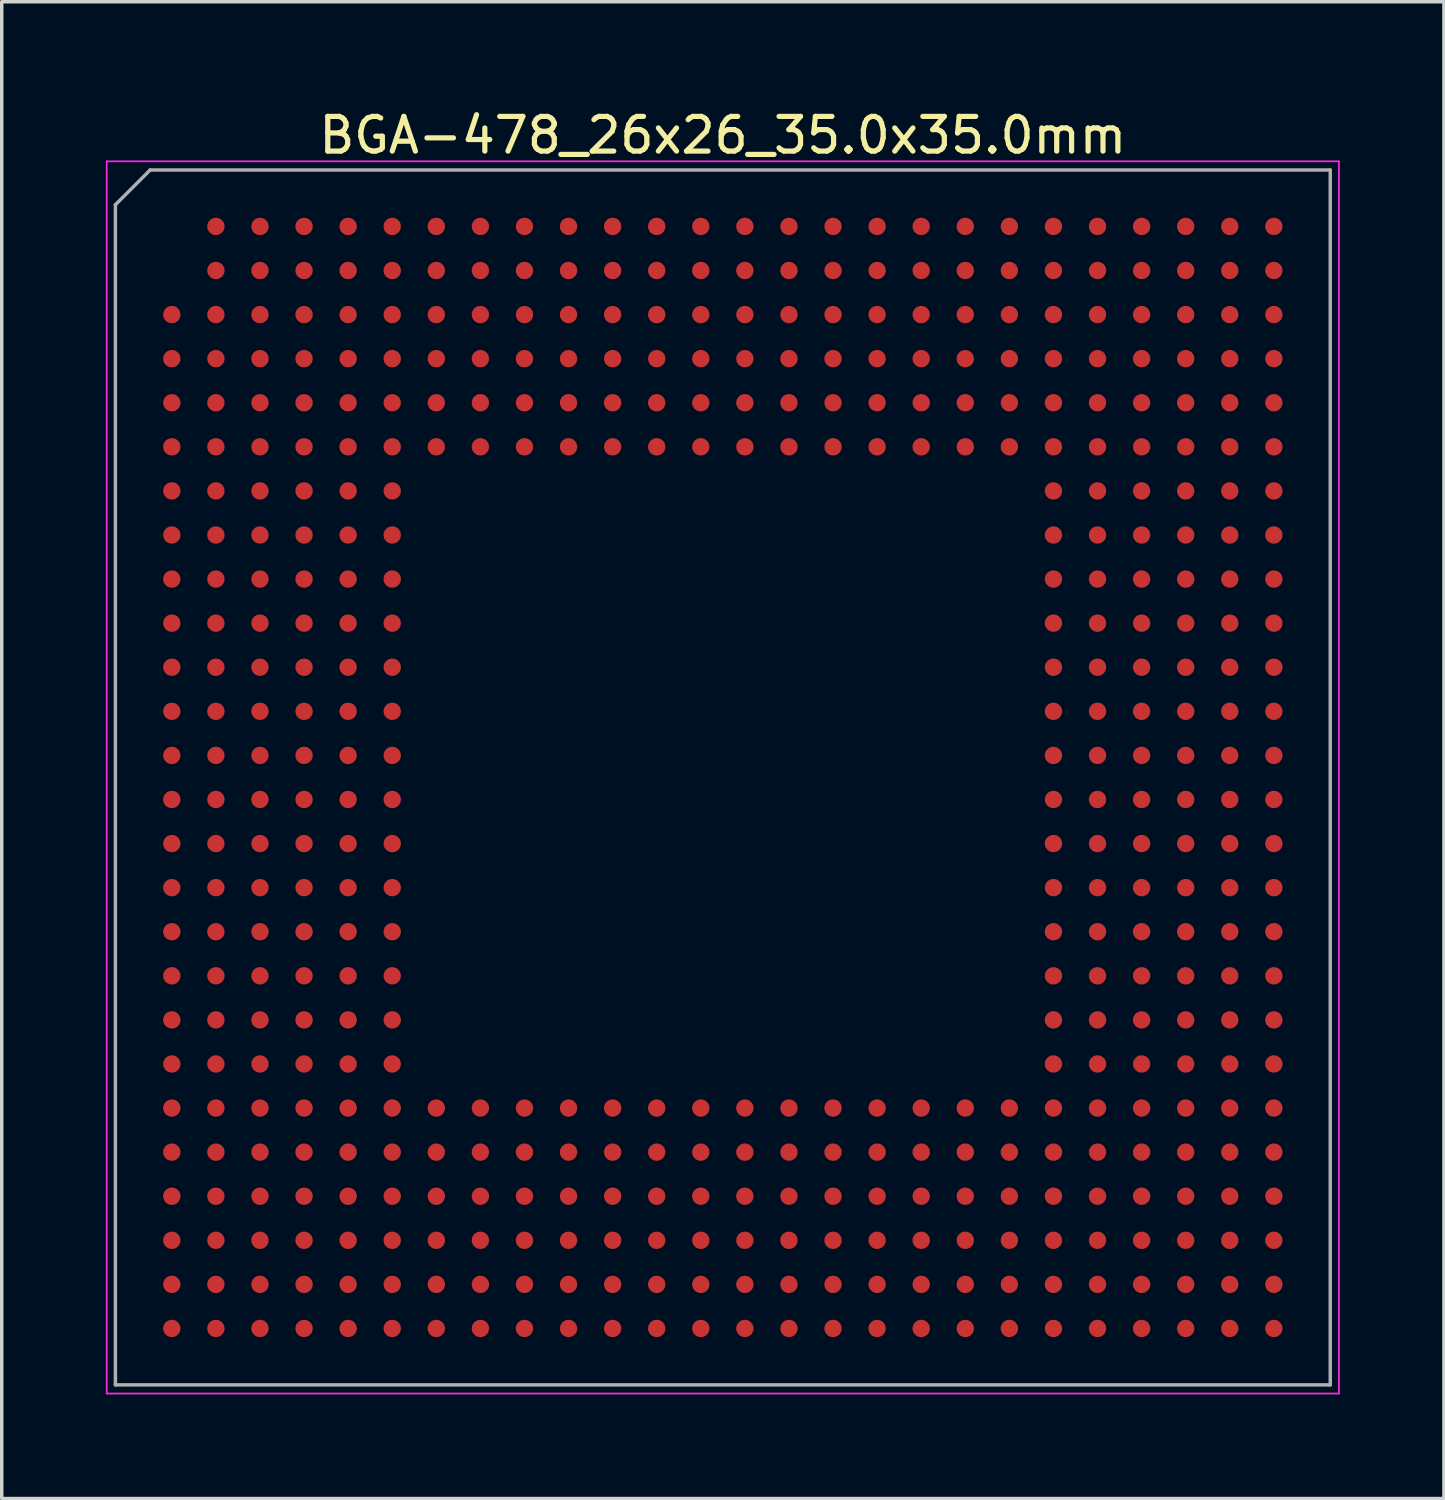
<source format=kicad_pcb>
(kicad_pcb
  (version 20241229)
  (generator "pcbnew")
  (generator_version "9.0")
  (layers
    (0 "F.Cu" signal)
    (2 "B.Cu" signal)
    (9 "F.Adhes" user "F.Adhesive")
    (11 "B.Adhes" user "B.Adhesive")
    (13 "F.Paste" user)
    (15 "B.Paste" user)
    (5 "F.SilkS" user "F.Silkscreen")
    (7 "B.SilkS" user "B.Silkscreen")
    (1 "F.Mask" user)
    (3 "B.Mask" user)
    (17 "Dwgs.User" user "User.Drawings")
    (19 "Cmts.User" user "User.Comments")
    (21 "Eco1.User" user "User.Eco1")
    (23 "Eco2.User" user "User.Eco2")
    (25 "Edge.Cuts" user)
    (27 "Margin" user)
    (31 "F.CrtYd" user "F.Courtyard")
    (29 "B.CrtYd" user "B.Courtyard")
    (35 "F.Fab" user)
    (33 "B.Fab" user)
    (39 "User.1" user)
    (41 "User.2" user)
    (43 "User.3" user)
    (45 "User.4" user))
  (footprint "BGA-478_26x26_35.0x35.0mm"
    (layer "F.Cu")
    (at 17.775 19.348)
    (property "Reference" "BGA-478_26x26_35.0x35.0mm" (at 0 -18.5 0) (layer "F.SilkS") (effects (font (size 1 1) (thickness 0.15))))
    (attr smd)
    (fp_line (start -17.75 -17.75) (end 17.75 -17.75) (stroke (width 0.05) (type solid)) (layer "F.CrtYd"))
    (fp_line (start -17.75 17.75) (end -17.75 -17.75) (stroke (width 0.05) (type solid)) (layer "F.CrtYd"))
    (fp_line (start 17.75 -17.75) (end 17.75 17.75) (stroke (width 0.05) (type solid)) (layer "F.CrtYd"))
    (fp_line (start 17.75 17.75) (end -17.75 17.75) (stroke (width 0.05) (type solid)) (layer "F.CrtYd"))
    (fp_line (start -17.5 -16.5) (end -17.5 17.5) (stroke (width 0.1) (type solid)) (layer "F.Fab"))
    (fp_line (start -17.5 17.5) (end 17.5 17.5) (stroke (width 0.1) (type solid)) (layer "F.Fab"))
    (fp_line (start -16.5 -17.5) (end -17.5 -16.5) (stroke (width 0.1) (type solid)) (layer "F.Fab"))
    (fp_line (start 17.5 -17.5) (end -16.5 -17.5) (stroke (width 0.1) (type solid)) (layer "F.Fab"))
    (fp_line (start 17.5 17.5) (end 17.5 -17.5) (stroke (width 0.1) (type solid)) (layer "F.Fab"))
    (pad "A2" smd circle (at -14.605 -15.875) (size 0.5 0.5) (layers "F.Cu" "F.Mask" "F.Paste"))
    (pad "A3" smd circle (at -13.335 -15.875) (size 0.5 0.5) (layers "F.Cu" "F.Mask" "F.Paste"))
    (pad "A4" smd circle (at -12.065 -15.875) (size 0.5 0.5) (layers "F.Cu" "F.Mask" "F.Paste"))
    (pad "A5" smd circle (at -10.795 -15.875) (size 0.5 0.5) (layers "F.Cu" "F.Mask" "F.Paste"))
    (pad "A6" smd circle (at -9.525 -15.875) (size 0.5 0.5) (layers "F.Cu" "F.Mask" "F.Paste"))
    (pad "A7" smd circle (at -8.255 -15.875) (size 0.5 0.5) (layers "F.Cu" "F.Mask" "F.Paste"))
    (pad "A8" smd circle (at -6.985 -15.875) (size 0.5 0.5) (layers "F.Cu" "F.Mask" "F.Paste"))
    (pad "A9" smd circle (at -5.715 -15.875) (size 0.5 0.5) (layers "F.Cu" "F.Mask" "F.Paste"))
    (pad "A10" smd circle (at -4.445 -15.875) (size 0.5 0.5) (layers "F.Cu" "F.Mask" "F.Paste"))
    (pad "A11" smd circle (at -3.175 -15.875) (size 0.5 0.5) (layers "F.Cu" "F.Mask" "F.Paste"))
    (pad "A12" smd circle (at -1.905 -15.875) (size 0.5 0.5) (layers "F.Cu" "F.Mask" "F.Paste"))
    (pad "A13" smd circle (at -0.635 -15.875) (size 0.5 0.5) (layers "F.Cu" "F.Mask" "F.Paste"))
    (pad "A14" smd circle (at 0.635 -15.875) (size 0.5 0.5) (layers "F.Cu" "F.Mask" "F.Paste"))
    (pad "A15" smd circle (at 1.905 -15.875) (size 0.5 0.5) (layers "F.Cu" "F.Mask" "F.Paste"))
    (pad "A16" smd circle (at 3.175 -15.875) (size 0.5 0.5) (layers "F.Cu" "F.Mask" "F.Paste"))
    (pad "A17" smd circle (at 4.445 -15.875) (size 0.5 0.5) (layers "F.Cu" "F.Mask" "F.Paste"))
    (pad "A18" smd circle (at 5.715 -15.875) (size 0.5 0.5) (layers "F.Cu" "F.Mask" "F.Paste"))
    (pad "A19" smd circle (at 6.985 -15.875) (size 0.5 0.5) (layers "F.Cu" "F.Mask" "F.Paste"))
    (pad "A20" smd circle (at 8.255 -15.875) (size 0.5 0.5) (layers "F.Cu" "F.Mask" "F.Paste"))
    (pad "A21" smd circle (at 9.525 -15.875) (size 0.5 0.5) (layers "F.Cu" "F.Mask" "F.Paste"))
    (pad "A22" smd circle (at 10.795 -15.875) (size 0.5 0.5) (layers "F.Cu" "F.Mask" "F.Paste"))
    (pad "A23" smd circle (at 12.065 -15.875) (size 0.5 0.5) (layers "F.Cu" "F.Mask" "F.Paste"))
    (pad "A24" smd circle (at 13.335 -15.875) (size 0.5 0.5) (layers "F.Cu" "F.Mask" "F.Paste"))
    (pad "A25" smd circle (at 14.605 -15.875) (size 0.5 0.5) (layers "F.Cu" "F.Mask" "F.Paste"))
    (pad "A26" smd circle (at 15.875 -15.875) (size 0.5 0.5) (layers "F.Cu" "F.Mask" "F.Paste"))
    (pad "AA1" smd circle (at -15.875 9.525) (size 0.5 0.5) (layers "F.Cu" "F.Mask" "F.Paste"))
    (pad "AA2" smd circle (at -14.605 9.525) (size 0.5 0.5) (layers "F.Cu" "F.Mask" "F.Paste"))
    (pad "AA3" smd circle (at -13.335 9.525) (size 0.5 0.5) (layers "F.Cu" "F.Mask" "F.Paste"))
    (pad "AA4" smd circle (at -12.065 9.525) (size 0.5 0.5) (layers "F.Cu" "F.Mask" "F.Paste"))
    (pad "AA5" smd circle (at -10.795 9.525) (size 0.5 0.5) (layers "F.Cu" "F.Mask" "F.Paste"))
    (pad "AA6" smd circle (at -9.525 9.525) (size 0.5 0.5) (layers "F.Cu" "F.Mask" "F.Paste"))
    (pad "AA7" smd circle (at -8.255 9.525) (size 0.5 0.5) (layers "F.Cu" "F.Mask" "F.Paste"))
    (pad "AA8" smd circle (at -6.985 9.525) (size 0.5 0.5) (layers "F.Cu" "F.Mask" "F.Paste"))
    (pad "AA9" smd circle (at -5.715 9.525) (size 0.5 0.5) (layers "F.Cu" "F.Mask" "F.Paste"))
    (pad "AA10" smd circle (at -4.445 9.525) (size 0.5 0.5) (layers "F.Cu" "F.Mask" "F.Paste"))
    (pad "AA11" smd circle (at -3.175 9.525) (size 0.5 0.5) (layers "F.Cu" "F.Mask" "F.Paste"))
    (pad "AA12" smd circle (at -1.905 9.525) (size 0.5 0.5) (layers "F.Cu" "F.Mask" "F.Paste"))
    (pad "AA13" smd circle (at -0.635 9.525) (size 0.5 0.5) (layers "F.Cu" "F.Mask" "F.Paste"))
    (pad "AA14" smd circle (at 0.635 9.525) (size 0.5 0.5) (layers "F.Cu" "F.Mask" "F.Paste"))
    (pad "AA15" smd circle (at 1.905 9.525) (size 0.5 0.5) (layers "F.Cu" "F.Mask" "F.Paste"))
    (pad "AA16" smd circle (at 3.175 9.525) (size 0.5 0.5) (layers "F.Cu" "F.Mask" "F.Paste"))
    (pad "AA17" smd circle (at 4.445 9.525) (size 0.5 0.5) (layers "F.Cu" "F.Mask" "F.Paste"))
    (pad "AA18" smd circle (at 5.715 9.525) (size 0.5 0.5) (layers "F.Cu" "F.Mask" "F.Paste"))
    (pad "AA19" smd circle (at 6.985 9.525) (size 0.5 0.5) (layers "F.Cu" "F.Mask" "F.Paste"))
    (pad "AA20" smd circle (at 8.255 9.525) (size 0.5 0.5) (layers "F.Cu" "F.Mask" "F.Paste"))
    (pad "AA21" smd circle (at 9.525 9.525) (size 0.5 0.5) (layers "F.Cu" "F.Mask" "F.Paste"))
    (pad "AA22" smd circle (at 10.795 9.525) (size 0.5 0.5) (layers "F.Cu" "F.Mask" "F.Paste"))
    (pad "AA23" smd circle (at 12.065 9.525) (size 0.5 0.5) (layers "F.Cu" "F.Mask" "F.Paste"))
    (pad "AA24" smd circle (at 13.335 9.525) (size 0.5 0.5) (layers "F.Cu" "F.Mask" "F.Paste"))
    (pad "AA25" smd circle (at 14.605 9.525) (size 0.5 0.5) (layers "F.Cu" "F.Mask" "F.Paste"))
    (pad "AA26" smd circle (at 15.875 9.525) (size 0.5 0.5) (layers "F.Cu" "F.Mask" "F.Paste"))
    (pad "AB1" smd circle (at -15.875 10.795) (size 0.5 0.5) (layers "F.Cu" "F.Mask" "F.Paste"))
    (pad "AB2" smd circle (at -14.605 10.795) (size 0.5 0.5) (layers "F.Cu" "F.Mask" "F.Paste"))
    (pad "AB3" smd circle (at -13.335 10.795) (size 0.5 0.5) (layers "F.Cu" "F.Mask" "F.Paste"))
    (pad "AB4" smd circle (at -12.065 10.795) (size 0.5 0.5) (layers "F.Cu" "F.Mask" "F.Paste"))
    (pad "AB5" smd circle (at -10.795 10.795) (size 0.5 0.5) (layers "F.Cu" "F.Mask" "F.Paste"))
    (pad "AB6" smd circle (at -9.525 10.795) (size 0.5 0.5) (layers "F.Cu" "F.Mask" "F.Paste"))
    (pad "AB7" smd circle (at -8.255 10.795) (size 0.5 0.5) (layers "F.Cu" "F.Mask" "F.Paste"))
    (pad "AB8" smd circle (at -6.985 10.795) (size 0.5 0.5) (layers "F.Cu" "F.Mask" "F.Paste"))
    (pad "AB9" smd circle (at -5.715 10.795) (size 0.5 0.5) (layers "F.Cu" "F.Mask" "F.Paste"))
    (pad "AB10" smd circle (at -4.445 10.795) (size 0.5 0.5) (layers "F.Cu" "F.Mask" "F.Paste"))
    (pad "AB11" smd circle (at -3.175 10.795) (size 0.5 0.5) (layers "F.Cu" "F.Mask" "F.Paste"))
    (pad "AB12" smd circle (at -1.905 10.795) (size 0.5 0.5) (layers "F.Cu" "F.Mask" "F.Paste"))
    (pad "AB13" smd circle (at -0.635 10.795) (size 0.5 0.5) (layers "F.Cu" "F.Mask" "F.Paste"))
    (pad "AB14" smd circle (at 0.635 10.795) (size 0.5 0.5) (layers "F.Cu" "F.Mask" "F.Paste"))
    (pad "AB15" smd circle (at 1.905 10.795) (size 0.5 0.5) (layers "F.Cu" "F.Mask" "F.Paste"))
    (pad "AB16" smd circle (at 3.175 10.795) (size 0.5 0.5) (layers "F.Cu" "F.Mask" "F.Paste"))
    (pad "AB17" smd circle (at 4.445 10.795) (size 0.5 0.5) (layers "F.Cu" "F.Mask" "F.Paste"))
    (pad "AB18" smd circle (at 5.715 10.795) (size 0.5 0.5) (layers "F.Cu" "F.Mask" "F.Paste"))
    (pad "AB19" smd circle (at 6.985 10.795) (size 0.5 0.5) (layers "F.Cu" "F.Mask" "F.Paste"))
    (pad "AB20" smd circle (at 8.255 10.795) (size 0.5 0.5) (layers "F.Cu" "F.Mask" "F.Paste"))
    (pad "AB21" smd circle (at 9.525 10.795) (size 0.5 0.5) (layers "F.Cu" "F.Mask" "F.Paste"))
    (pad "AB22" smd circle (at 10.795 10.795) (size 0.5 0.5) (layers "F.Cu" "F.Mask" "F.Paste"))
    (pad "AB23" smd circle (at 12.065 10.795) (size 0.5 0.5) (layers "F.Cu" "F.Mask" "F.Paste"))
    (pad "AB24" smd circle (at 13.335 10.795) (size 0.5 0.5) (layers "F.Cu" "F.Mask" "F.Paste"))
    (pad "AB25" smd circle (at 14.605 10.795) (size 0.5 0.5) (layers "F.Cu" "F.Mask" "F.Paste"))
    (pad "AB26" smd circle (at 15.875 10.795) (size 0.5 0.5) (layers "F.Cu" "F.Mask" "F.Paste"))
    (pad "AC1" smd circle (at -15.875 12.065) (size 0.5 0.5) (layers "F.Cu" "F.Mask" "F.Paste"))
    (pad "AC2" smd circle (at -14.605 12.065) (size 0.5 0.5) (layers "F.Cu" "F.Mask" "F.Paste"))
    (pad "AC3" smd circle (at -13.335 12.065) (size 0.5 0.5) (layers "F.Cu" "F.Mask" "F.Paste"))
    (pad "AC4" smd circle (at -12.065 12.065) (size 0.5 0.5) (layers "F.Cu" "F.Mask" "F.Paste"))
    (pad "AC5" smd circle (at -10.795 12.065) (size 0.5 0.5) (layers "F.Cu" "F.Mask" "F.Paste"))
    (pad "AC6" smd circle (at -9.525 12.065) (size 0.5 0.5) (layers "F.Cu" "F.Mask" "F.Paste"))
    (pad "AC7" smd circle (at -8.255 12.065) (size 0.5 0.5) (layers "F.Cu" "F.Mask" "F.Paste"))
    (pad "AC8" smd circle (at -6.985 12.065) (size 0.5 0.5) (layers "F.Cu" "F.Mask" "F.Paste"))
    (pad "AC9" smd circle (at -5.715 12.065) (size 0.5 0.5) (layers "F.Cu" "F.Mask" "F.Paste"))
    (pad "AC10" smd circle (at -4.445 12.065) (size 0.5 0.5) (layers "F.Cu" "F.Mask" "F.Paste"))
    (pad "AC11" smd circle (at -3.175 12.065) (size 0.5 0.5) (layers "F.Cu" "F.Mask" "F.Paste"))
    (pad "AC12" smd circle (at -1.905 12.065) (size 0.5 0.5) (layers "F.Cu" "F.Mask" "F.Paste"))
    (pad "AC13" smd circle (at -0.635 12.065) (size 0.5 0.5) (layers "F.Cu" "F.Mask" "F.Paste"))
    (pad "AC14" smd circle (at 0.635 12.065) (size 0.5 0.5) (layers "F.Cu" "F.Mask" "F.Paste"))
    (pad "AC15" smd circle (at 1.905 12.065) (size 0.5 0.5) (layers "F.Cu" "F.Mask" "F.Paste"))
    (pad "AC16" smd circle (at 3.175 12.065) (size 0.5 0.5) (layers "F.Cu" "F.Mask" "F.Paste"))
    (pad "AC17" smd circle (at 4.445 12.065) (size 0.5 0.5) (layers "F.Cu" "F.Mask" "F.Paste"))
    (pad "AC18" smd circle (at 5.715 12.065) (size 0.5 0.5) (layers "F.Cu" "F.Mask" "F.Paste"))
    (pad "AC19" smd circle (at 6.985 12.065) (size 0.5 0.5) (layers "F.Cu" "F.Mask" "F.Paste"))
    (pad "AC20" smd circle (at 8.255 12.065) (size 0.5 0.5) (layers "F.Cu" "F.Mask" "F.Paste"))
    (pad "AC21" smd circle (at 9.525 12.065) (size 0.5 0.5) (layers "F.Cu" "F.Mask" "F.Paste"))
    (pad "AC22" smd circle (at 10.795 12.065) (size 0.5 0.5) (layers "F.Cu" "F.Mask" "F.Paste"))
    (pad "AC23" smd circle (at 12.065 12.065) (size 0.5 0.5) (layers "F.Cu" "F.Mask" "F.Paste"))
    (pad "AC24" smd circle (at 13.335 12.065) (size 0.5 0.5) (layers "F.Cu" "F.Mask" "F.Paste"))
    (pad "AC25" smd circle (at 14.605 12.065) (size 0.5 0.5) (layers "F.Cu" "F.Mask" "F.Paste"))
    (pad "AC26" smd circle (at 15.875 12.065) (size 0.5 0.5) (layers "F.Cu" "F.Mask" "F.Paste"))
    (pad "AD1" smd circle (at -15.875 13.335) (size 0.5 0.5) (layers "F.Cu" "F.Mask" "F.Paste"))
    (pad "AD2" smd circle (at -14.605 13.335) (size 0.5 0.5) (layers "F.Cu" "F.Mask" "F.Paste"))
    (pad "AD3" smd circle (at -13.335 13.335) (size 0.5 0.5) (layers "F.Cu" "F.Mask" "F.Paste"))
    (pad "AD4" smd circle (at -12.065 13.335) (size 0.5 0.5) (layers "F.Cu" "F.Mask" "F.Paste"))
    (pad "AD5" smd circle (at -10.795 13.335) (size 0.5 0.5) (layers "F.Cu" "F.Mask" "F.Paste"))
    (pad "AD6" smd circle (at -9.525 13.335) (size 0.5 0.5) (layers "F.Cu" "F.Mask" "F.Paste"))
    (pad "AD7" smd circle (at -8.255 13.335) (size 0.5 0.5) (layers "F.Cu" "F.Mask" "F.Paste"))
    (pad "AD8" smd circle (at -6.985 13.335) (size 0.5 0.5) (layers "F.Cu" "F.Mask" "F.Paste"))
    (pad "AD9" smd circle (at -5.715 13.335) (size 0.5 0.5) (layers "F.Cu" "F.Mask" "F.Paste"))
    (pad "AD10" smd circle (at -4.445 13.335) (size 0.5 0.5) (layers "F.Cu" "F.Mask" "F.Paste"))
    (pad "AD11" smd circle (at -3.175 13.335) (size 0.5 0.5) (layers "F.Cu" "F.Mask" "F.Paste"))
    (pad "AD12" smd circle (at -1.905 13.335) (size 0.5 0.5) (layers "F.Cu" "F.Mask" "F.Paste"))
    (pad "AD13" smd circle (at -0.635 13.335) (size 0.5 0.5) (layers "F.Cu" "F.Mask" "F.Paste"))
    (pad "AD14" smd circle (at 0.635 13.335) (size 0.5 0.5) (layers "F.Cu" "F.Mask" "F.Paste"))
    (pad "AD15" smd circle (at 1.905 13.335) (size 0.5 0.5) (layers "F.Cu" "F.Mask" "F.Paste"))
    (pad "AD16" smd circle (at 3.175 13.335) (size 0.5 0.5) (layers "F.Cu" "F.Mask" "F.Paste"))
    (pad "AD17" smd circle (at 4.445 13.335) (size 0.5 0.5) (layers "F.Cu" "F.Mask" "F.Paste"))
    (pad "AD18" smd circle (at 5.715 13.335) (size 0.5 0.5) (layers "F.Cu" "F.Mask" "F.Paste"))
    (pad "AD19" smd circle (at 6.985 13.335) (size 0.5 0.5) (layers "F.Cu" "F.Mask" "F.Paste"))
    (pad "AD20" smd circle (at 8.255 13.335) (size 0.5 0.5) (layers "F.Cu" "F.Mask" "F.Paste"))
    (pad "AD21" smd circle (at 9.525 13.335) (size 0.5 0.5) (layers "F.Cu" "F.Mask" "F.Paste"))
    (pad "AD22" smd circle (at 10.795 13.335) (size 0.5 0.5) (layers "F.Cu" "F.Mask" "F.Paste"))
    (pad "AD23" smd circle (at 12.065 13.335) (size 0.5 0.5) (layers "F.Cu" "F.Mask" "F.Paste"))
    (pad "AD24" smd circle (at 13.335 13.335) (size 0.5 0.5) (layers "F.Cu" "F.Mask" "F.Paste"))
    (pad "AD25" smd circle (at 14.605 13.335) (size 0.5 0.5) (layers "F.Cu" "F.Mask" "F.Paste"))
    (pad "AD26" smd circle (at 15.875 13.335) (size 0.5 0.5) (layers "F.Cu" "F.Mask" "F.Paste"))
    (pad "AE1" smd circle (at -15.875 14.605) (size 0.5 0.5) (layers "F.Cu" "F.Mask" "F.Paste"))
    (pad "AE2" smd circle (at -14.605 14.605) (size 0.5 0.5) (layers "F.Cu" "F.Mask" "F.Paste"))
    (pad "AE3" smd circle (at -13.335 14.605) (size 0.5 0.5) (layers "F.Cu" "F.Mask" "F.Paste"))
    (pad "AE4" smd circle (at -12.065 14.605) (size 0.5 0.5) (layers "F.Cu" "F.Mask" "F.Paste"))
    (pad "AE5" smd circle (at -10.795 14.605) (size 0.5 0.5) (layers "F.Cu" "F.Mask" "F.Paste"))
    (pad "AE6" smd circle (at -9.525 14.605) (size 0.5 0.5) (layers "F.Cu" "F.Mask" "F.Paste"))
    (pad "AE7" smd circle (at -8.255 14.605) (size 0.5 0.5) (layers "F.Cu" "F.Mask" "F.Paste"))
    (pad "AE8" smd circle (at -6.985 14.605) (size 0.5 0.5) (layers "F.Cu" "F.Mask" "F.Paste"))
    (pad "AE9" smd circle (at -5.715 14.605) (size 0.5 0.5) (layers "F.Cu" "F.Mask" "F.Paste"))
    (pad "AE10" smd circle (at -4.445 14.605) (size 0.5 0.5) (layers "F.Cu" "F.Mask" "F.Paste"))
    (pad "AE11" smd circle (at -3.175 14.605) (size 0.5 0.5) (layers "F.Cu" "F.Mask" "F.Paste"))
    (pad "AE12" smd circle (at -1.905 14.605) (size 0.5 0.5) (layers "F.Cu" "F.Mask" "F.Paste"))
    (pad "AE13" smd circle (at -0.635 14.605) (size 0.5 0.5) (layers "F.Cu" "F.Mask" "F.Paste"))
    (pad "AE14" smd circle (at 0.635 14.605) (size 0.5 0.5) (layers "F.Cu" "F.Mask" "F.Paste"))
    (pad "AE15" smd circle (at 1.905 14.605) (size 0.5 0.5) (layers "F.Cu" "F.Mask" "F.Paste"))
    (pad "AE16" smd circle (at 3.175 14.605) (size 0.5 0.5) (layers "F.Cu" "F.Mask" "F.Paste"))
    (pad "AE17" smd circle (at 4.445 14.605) (size 0.5 0.5) (layers "F.Cu" "F.Mask" "F.Paste"))
    (pad "AE18" smd circle (at 5.715 14.605) (size 0.5 0.5) (layers "F.Cu" "F.Mask" "F.Paste"))
    (pad "AE19" smd circle (at 6.985 14.605) (size 0.5 0.5) (layers "F.Cu" "F.Mask" "F.Paste"))
    (pad "AE20" smd circle (at 8.255 14.605) (size 0.5 0.5) (layers "F.Cu" "F.Mask" "F.Paste"))
    (pad "AE21" smd circle (at 9.525 14.605) (size 0.5 0.5) (layers "F.Cu" "F.Mask" "F.Paste"))
    (pad "AE22" smd circle (at 10.795 14.605) (size 0.5 0.5) (layers "F.Cu" "F.Mask" "F.Paste"))
    (pad "AE23" smd circle (at 12.065 14.605) (size 0.5 0.5) (layers "F.Cu" "F.Mask" "F.Paste"))
    (pad "AE24" smd circle (at 13.335 14.605) (size 0.5 0.5) (layers "F.Cu" "F.Mask" "F.Paste"))
    (pad "AE25" smd circle (at 14.605 14.605) (size 0.5 0.5) (layers "F.Cu" "F.Mask" "F.Paste"))
    (pad "AE26" smd circle (at 15.875 14.605) (size 0.5 0.5) (layers "F.Cu" "F.Mask" "F.Paste"))
    (pad "AF1" smd circle (at -15.875 15.875) (size 0.5 0.5) (layers "F.Cu" "F.Mask" "F.Paste"))
    (pad "AF2" smd circle (at -14.605 15.875) (size 0.5 0.5) (layers "F.Cu" "F.Mask" "F.Paste"))
    (pad "AF3" smd circle (at -13.335 15.875) (size 0.5 0.5) (layers "F.Cu" "F.Mask" "F.Paste"))
    (pad "AF4" smd circle (at -12.065 15.875) (size 0.5 0.5) (layers "F.Cu" "F.Mask" "F.Paste"))
    (pad "AF5" smd circle (at -10.795 15.875) (size 0.5 0.5) (layers "F.Cu" "F.Mask" "F.Paste"))
    (pad "AF6" smd circle (at -9.525 15.875) (size 0.5 0.5) (layers "F.Cu" "F.Mask" "F.Paste"))
    (pad "AF7" smd circle (at -8.255 15.875) (size 0.5 0.5) (layers "F.Cu" "F.Mask" "F.Paste"))
    (pad "AF8" smd circle (at -6.985 15.875) (size 0.5 0.5) (layers "F.Cu" "F.Mask" "F.Paste"))
    (pad "AF9" smd circle (at -5.715 15.875) (size 0.5 0.5) (layers "F.Cu" "F.Mask" "F.Paste"))
    (pad "AF10" smd circle (at -4.445 15.875) (size 0.5 0.5) (layers "F.Cu" "F.Mask" "F.Paste"))
    (pad "AF11" smd circle (at -3.175 15.875) (size 0.5 0.5) (layers "F.Cu" "F.Mask" "F.Paste"))
    (pad "AF12" smd circle (at -1.905 15.875) (size 0.5 0.5) (layers "F.Cu" "F.Mask" "F.Paste"))
    (pad "AF13" smd circle (at -0.635 15.875) (size 0.5 0.5) (layers "F.Cu" "F.Mask" "F.Paste"))
    (pad "AF14" smd circle (at 0.635 15.875) (size 0.5 0.5) (layers "F.Cu" "F.Mask" "F.Paste"))
    (pad "AF15" smd circle (at 1.905 15.875) (size 0.5 0.5) (layers "F.Cu" "F.Mask" "F.Paste"))
    (pad "AF16" smd circle (at 3.175 15.875) (size 0.5 0.5) (layers "F.Cu" "F.Mask" "F.Paste"))
    (pad "AF17" smd circle (at 4.445 15.875) (size 0.5 0.5) (layers "F.Cu" "F.Mask" "F.Paste"))
    (pad "AF18" smd circle (at 5.715 15.875) (size 0.5 0.5) (layers "F.Cu" "F.Mask" "F.Paste"))
    (pad "AF19" smd circle (at 6.985 15.875) (size 0.5 0.5) (layers "F.Cu" "F.Mask" "F.Paste"))
    (pad "AF20" smd circle (at 8.255 15.875) (size 0.5 0.5) (layers "F.Cu" "F.Mask" "F.Paste"))
    (pad "AF21" smd circle (at 9.525 15.875) (size 0.5 0.5) (layers "F.Cu" "F.Mask" "F.Paste"))
    (pad "AF22" smd circle (at 10.795 15.875) (size 0.5 0.5) (layers "F.Cu" "F.Mask" "F.Paste"))
    (pad "AF23" smd circle (at 12.065 15.875) (size 0.5 0.5) (layers "F.Cu" "F.Mask" "F.Paste"))
    (pad "AF24" smd circle (at 13.335 15.875) (size 0.5 0.5) (layers "F.Cu" "F.Mask" "F.Paste"))
    (pad "AF25" smd circle (at 14.605 15.875) (size 0.5 0.5) (layers "F.Cu" "F.Mask" "F.Paste"))
    (pad "AF26" smd circle (at 15.875 15.875) (size 0.5 0.5) (layers "F.Cu" "F.Mask" "F.Paste"))
    (pad "B2" smd circle (at -14.605 -14.605) (size 0.5 0.5) (layers "F.Cu" "F.Mask" "F.Paste"))
    (pad "B3" smd circle (at -13.335 -14.605) (size 0.5 0.5) (layers "F.Cu" "F.Mask" "F.Paste"))
    (pad "B4" smd circle (at -12.065 -14.605) (size 0.5 0.5) (layers "F.Cu" "F.Mask" "F.Paste"))
    (pad "B5" smd circle (at -10.795 -14.605) (size 0.5 0.5) (layers "F.Cu" "F.Mask" "F.Paste"))
    (pad "B6" smd circle (at -9.525 -14.605) (size 0.5 0.5) (layers "F.Cu" "F.Mask" "F.Paste"))
    (pad "B7" smd circle (at -8.255 -14.605) (size 0.5 0.5) (layers "F.Cu" "F.Mask" "F.Paste"))
    (pad "B8" smd circle (at -6.985 -14.605) (size 0.5 0.5) (layers "F.Cu" "F.Mask" "F.Paste"))
    (pad "B9" smd circle (at -5.715 -14.605) (size 0.5 0.5) (layers "F.Cu" "F.Mask" "F.Paste"))
    (pad "B10" smd circle (at -4.445 -14.605) (size 0.5 0.5) (layers "F.Cu" "F.Mask" "F.Paste"))
    (pad "B11" smd circle (at -3.175 -14.605) (size 0.5 0.5) (layers "F.Cu" "F.Mask" "F.Paste"))
    (pad "B12" smd circle (at -1.905 -14.605) (size 0.5 0.5) (layers "F.Cu" "F.Mask" "F.Paste"))
    (pad "B13" smd circle (at -0.635 -14.605) (size 0.5 0.5) (layers "F.Cu" "F.Mask" "F.Paste"))
    (pad "B14" smd circle (at 0.635 -14.605) (size 0.5 0.5) (layers "F.Cu" "F.Mask" "F.Paste"))
    (pad "B15" smd circle (at 1.905 -14.605) (size 0.5 0.5) (layers "F.Cu" "F.Mask" "F.Paste"))
    (pad "B16" smd circle (at 3.175 -14.605) (size 0.5 0.5) (layers "F.Cu" "F.Mask" "F.Paste"))
    (pad "B17" smd circle (at 4.445 -14.605) (size 0.5 0.5) (layers "F.Cu" "F.Mask" "F.Paste"))
    (pad "B18" smd circle (at 5.715 -14.605) (size 0.5 0.5) (layers "F.Cu" "F.Mask" "F.Paste"))
    (pad "B19" smd circle (at 6.985 -14.605) (size 0.5 0.5) (layers "F.Cu" "F.Mask" "F.Paste"))
    (pad "B20" smd circle (at 8.255 -14.605) (size 0.5 0.5) (layers "F.Cu" "F.Mask" "F.Paste"))
    (pad "B21" smd circle (at 9.525 -14.605) (size 0.5 0.5) (layers "F.Cu" "F.Mask" "F.Paste"))
    (pad "B22" smd circle (at 10.795 -14.605) (size 0.5 0.5) (layers "F.Cu" "F.Mask" "F.Paste"))
    (pad "B23" smd circle (at 12.065 -14.605) (size 0.5 0.5) (layers "F.Cu" "F.Mask" "F.Paste"))
    (pad "B24" smd circle (at 13.335 -14.605) (size 0.5 0.5) (layers "F.Cu" "F.Mask" "F.Paste"))
    (pad "B25" smd circle (at 14.605 -14.605) (size 0.5 0.5) (layers "F.Cu" "F.Mask" "F.Paste"))
    (pad "B26" smd circle (at 15.875 -14.605) (size 0.5 0.5) (layers "F.Cu" "F.Mask" "F.Paste"))
    (pad "C1" smd circle (at -15.875 -13.335) (size 0.5 0.5) (layers "F.Cu" "F.Mask" "F.Paste"))
    (pad "C2" smd circle (at -14.605 -13.335) (size 0.5 0.5) (layers "F.Cu" "F.Mask" "F.Paste"))
    (pad "C3" smd circle (at -13.335 -13.335) (size 0.5 0.5) (layers "F.Cu" "F.Mask" "F.Paste"))
    (pad "C4" smd circle (at -12.065 -13.335) (size 0.5 0.5) (layers "F.Cu" "F.Mask" "F.Paste"))
    (pad "C5" smd circle (at -10.795 -13.335) (size 0.5 0.5) (layers "F.Cu" "F.Mask" "F.Paste"))
    (pad "C6" smd circle (at -9.525 -13.335) (size 0.5 0.5) (layers "F.Cu" "F.Mask" "F.Paste"))
    (pad "C7" smd circle (at -8.255 -13.335) (size 0.5 0.5) (layers "F.Cu" "F.Mask" "F.Paste"))
    (pad "C8" smd circle (at -6.985 -13.335) (size 0.5 0.5) (layers "F.Cu" "F.Mask" "F.Paste"))
    (pad "C9" smd circle (at -5.715 -13.335) (size 0.5 0.5) (layers "F.Cu" "F.Mask" "F.Paste"))
    (pad "C10" smd circle (at -4.445 -13.335) (size 0.5 0.5) (layers "F.Cu" "F.Mask" "F.Paste"))
    (pad "C11" smd circle (at -3.175 -13.335) (size 0.5 0.5) (layers "F.Cu" "F.Mask" "F.Paste"))
    (pad "C12" smd circle (at -1.905 -13.335) (size 0.5 0.5) (layers "F.Cu" "F.Mask" "F.Paste"))
    (pad "C13" smd circle (at -0.635 -13.335) (size 0.5 0.5) (layers "F.Cu" "F.Mask" "F.Paste"))
    (pad "C14" smd circle (at 0.635 -13.335) (size 0.5 0.5) (layers "F.Cu" "F.Mask" "F.Paste"))
    (pad "C15" smd circle (at 1.905 -13.335) (size 0.5 0.5) (layers "F.Cu" "F.Mask" "F.Paste"))
    (pad "C16" smd circle (at 3.175 -13.335) (size 0.5 0.5) (layers "F.Cu" "F.Mask" "F.Paste"))
    (pad "C17" smd circle (at 4.445 -13.335) (size 0.5 0.5) (layers "F.Cu" "F.Mask" "F.Paste"))
    (pad "C18" smd circle (at 5.715 -13.335) (size 0.5 0.5) (layers "F.Cu" "F.Mask" "F.Paste"))
    (pad "C19" smd circle (at 6.985 -13.335) (size 0.5 0.5) (layers "F.Cu" "F.Mask" "F.Paste"))
    (pad "C20" smd circle (at 8.255 -13.335) (size 0.5 0.5) (layers "F.Cu" "F.Mask" "F.Paste"))
    (pad "C21" smd circle (at 9.525 -13.335) (size 0.5 0.5) (layers "F.Cu" "F.Mask" "F.Paste"))
    (pad "C22" smd circle (at 10.795 -13.335) (size 0.5 0.5) (layers "F.Cu" "F.Mask" "F.Paste"))
    (pad "C23" smd circle (at 12.065 -13.335) (size 0.5 0.5) (layers "F.Cu" "F.Mask" "F.Paste"))
    (pad "C24" smd circle (at 13.335 -13.335) (size 0.5 0.5) (layers "F.Cu" "F.Mask" "F.Paste"))
    (pad "C25" smd circle (at 14.605 -13.335) (size 0.5 0.5) (layers "F.Cu" "F.Mask" "F.Paste"))
    (pad "C26" smd circle (at 15.875 -13.335) (size 0.5 0.5) (layers "F.Cu" "F.Mask" "F.Paste"))
    (pad "D1" smd circle (at -15.875 -12.065) (size 0.5 0.5) (layers "F.Cu" "F.Mask" "F.Paste"))
    (pad "D2" smd circle (at -14.605 -12.065) (size 0.5 0.5) (layers "F.Cu" "F.Mask" "F.Paste"))
    (pad "D3" smd circle (at -13.335 -12.065) (size 0.5 0.5) (layers "F.Cu" "F.Mask" "F.Paste"))
    (pad "D4" smd circle (at -12.065 -12.065) (size 0.5 0.5) (layers "F.Cu" "F.Mask" "F.Paste"))
    (pad "D5" smd circle (at -10.795 -12.065) (size 0.5 0.5) (layers "F.Cu" "F.Mask" "F.Paste"))
    (pad "D6" smd circle (at -9.525 -12.065) (size 0.5 0.5) (layers "F.Cu" "F.Mask" "F.Paste"))
    (pad "D7" smd circle (at -8.255 -12.065) (size 0.5 0.5) (layers "F.Cu" "F.Mask" "F.Paste"))
    (pad "D8" smd circle (at -6.985 -12.065) (size 0.5 0.5) (layers "F.Cu" "F.Mask" "F.Paste"))
    (pad "D9" smd circle (at -5.715 -12.065) (size 0.5 0.5) (layers "F.Cu" "F.Mask" "F.Paste"))
    (pad "D10" smd circle (at -4.445 -12.065) (size 0.5 0.5) (layers "F.Cu" "F.Mask" "F.Paste"))
    (pad "D11" smd circle (at -3.175 -12.065) (size 0.5 0.5) (layers "F.Cu" "F.Mask" "F.Paste"))
    (pad "D12" smd circle (at -1.905 -12.065) (size 0.5 0.5) (layers "F.Cu" "F.Mask" "F.Paste"))
    (pad "D13" smd circle (at -0.635 -12.065) (size 0.5 0.5) (layers "F.Cu" "F.Mask" "F.Paste"))
    (pad "D14" smd circle (at 0.635 -12.065) (size 0.5 0.5) (layers "F.Cu" "F.Mask" "F.Paste"))
    (pad "D15" smd circle (at 1.905 -12.065) (size 0.5 0.5) (layers "F.Cu" "F.Mask" "F.Paste"))
    (pad "D16" smd circle (at 3.175 -12.065) (size 0.5 0.5) (layers "F.Cu" "F.Mask" "F.Paste"))
    (pad "D17" smd circle (at 4.445 -12.065) (size 0.5 0.5) (layers "F.Cu" "F.Mask" "F.Paste"))
    (pad "D18" smd circle (at 5.715 -12.065) (size 0.5 0.5) (layers "F.Cu" "F.Mask" "F.Paste"))
    (pad "D19" smd circle (at 6.985 -12.065) (size 0.5 0.5) (layers "F.Cu" "F.Mask" "F.Paste"))
    (pad "D20" smd circle (at 8.255 -12.065) (size 0.5 0.5) (layers "F.Cu" "F.Mask" "F.Paste"))
    (pad "D21" smd circle (at 9.525 -12.065) (size 0.5 0.5) (layers "F.Cu" "F.Mask" "F.Paste"))
    (pad "D22" smd circle (at 10.795 -12.065) (size 0.5 0.5) (layers "F.Cu" "F.Mask" "F.Paste"))
    (pad "D23" smd circle (at 12.065 -12.065) (size 0.5 0.5) (layers "F.Cu" "F.Mask" "F.Paste"))
    (pad "D24" smd circle (at 13.335 -12.065) (size 0.5 0.5) (layers "F.Cu" "F.Mask" "F.Paste"))
    (pad "D25" smd circle (at 14.605 -12.065) (size 0.5 0.5) (layers "F.Cu" "F.Mask" "F.Paste"))
    (pad "D26" smd circle (at 15.875 -12.065) (size 0.5 0.5) (layers "F.Cu" "F.Mask" "F.Paste"))
    (pad "E1" smd circle (at -15.875 -10.795) (size 0.5 0.5) (layers "F.Cu" "F.Mask" "F.Paste"))
    (pad "E2" smd circle (at -14.605 -10.795) (size 0.5 0.5) (layers "F.Cu" "F.Mask" "F.Paste"))
    (pad "E3" smd circle (at -13.335 -10.795) (size 0.5 0.5) (layers "F.Cu" "F.Mask" "F.Paste"))
    (pad "E4" smd circle (at -12.065 -10.795) (size 0.5 0.5) (layers "F.Cu" "F.Mask" "F.Paste"))
    (pad "E5" smd circle (at -10.795 -10.795) (size 0.5 0.5) (layers "F.Cu" "F.Mask" "F.Paste"))
    (pad "E6" smd circle (at -9.525 -10.795) (size 0.5 0.5) (layers "F.Cu" "F.Mask" "F.Paste"))
    (pad "E7" smd circle (at -8.255 -10.795) (size 0.5 0.5) (layers "F.Cu" "F.Mask" "F.Paste"))
    (pad "E8" smd circle (at -6.985 -10.795) (size 0.5 0.5) (layers "F.Cu" "F.Mask" "F.Paste"))
    (pad "E9" smd circle (at -5.715 -10.795) (size 0.5 0.5) (layers "F.Cu" "F.Mask" "F.Paste"))
    (pad "E10" smd circle (at -4.445 -10.795) (size 0.5 0.5) (layers "F.Cu" "F.Mask" "F.Paste"))
    (pad "E11" smd circle (at -3.175 -10.795) (size 0.5 0.5) (layers "F.Cu" "F.Mask" "F.Paste"))
    (pad "E12" smd circle (at -1.905 -10.795) (size 0.5 0.5) (layers "F.Cu" "F.Mask" "F.Paste"))
    (pad "E13" smd circle (at -0.635 -10.795) (size 0.5 0.5) (layers "F.Cu" "F.Mask" "F.Paste"))
    (pad "E14" smd circle (at 0.635 -10.795) (size 0.5 0.5) (layers "F.Cu" "F.Mask" "F.Paste"))
    (pad "E15" smd circle (at 1.905 -10.795) (size 0.5 0.5) (layers "F.Cu" "F.Mask" "F.Paste"))
    (pad "E16" smd circle (at 3.175 -10.795) (size 0.5 0.5) (layers "F.Cu" "F.Mask" "F.Paste"))
    (pad "E17" smd circle (at 4.445 -10.795) (size 0.5 0.5) (layers "F.Cu" "F.Mask" "F.Paste"))
    (pad "E18" smd circle (at 5.715 -10.795) (size 0.5 0.5) (layers "F.Cu" "F.Mask" "F.Paste"))
    (pad "E19" smd circle (at 6.985 -10.795) (size 0.5 0.5) (layers "F.Cu" "F.Mask" "F.Paste"))
    (pad "E20" smd circle (at 8.255 -10.795) (size 0.5 0.5) (layers "F.Cu" "F.Mask" "F.Paste"))
    (pad "E21" smd circle (at 9.525 -10.795) (size 0.5 0.5) (layers "F.Cu" "F.Mask" "F.Paste"))
    (pad "E22" smd circle (at 10.795 -10.795) (size 0.5 0.5) (layers "F.Cu" "F.Mask" "F.Paste"))
    (pad "E23" smd circle (at 12.065 -10.795) (size 0.5 0.5) (layers "F.Cu" "F.Mask" "F.Paste"))
    (pad "E24" smd circle (at 13.335 -10.795) (size 0.5 0.5) (layers "F.Cu" "F.Mask" "F.Paste"))
    (pad "E25" smd circle (at 14.605 -10.795) (size 0.5 0.5) (layers "F.Cu" "F.Mask" "F.Paste"))
    (pad "E26" smd circle (at 15.875 -10.795) (size 0.5 0.5) (layers "F.Cu" "F.Mask" "F.Paste"))
    (pad "F1" smd circle (at -15.875 -9.525) (size 0.5 0.5) (layers "F.Cu" "F.Mask" "F.Paste"))
    (pad "F2" smd circle (at -14.605 -9.525) (size 0.5 0.5) (layers "F.Cu" "F.Mask" "F.Paste"))
    (pad "F3" smd circle (at -13.335 -9.525) (size 0.5 0.5) (layers "F.Cu" "F.Mask" "F.Paste"))
    (pad "F4" smd circle (at -12.065 -9.525) (size 0.5 0.5) (layers "F.Cu" "F.Mask" "F.Paste"))
    (pad "F5" smd circle (at -10.795 -9.525) (size 0.5 0.5) (layers "F.Cu" "F.Mask" "F.Paste"))
    (pad "F6" smd circle (at -9.525 -9.525) (size 0.5 0.5) (layers "F.Cu" "F.Mask" "F.Paste"))
    (pad "F7" smd circle (at -8.255 -9.525) (size 0.5 0.5) (layers "F.Cu" "F.Mask" "F.Paste"))
    (pad "F8" smd circle (at -6.985 -9.525) (size 0.5 0.5) (layers "F.Cu" "F.Mask" "F.Paste"))
    (pad "F9" smd circle (at -5.715 -9.525) (size 0.5 0.5) (layers "F.Cu" "F.Mask" "F.Paste"))
    (pad "F10" smd circle (at -4.445 -9.525) (size 0.5 0.5) (layers "F.Cu" "F.Mask" "F.Paste"))
    (pad "F11" smd circle (at -3.175 -9.525) (size 0.5 0.5) (layers "F.Cu" "F.Mask" "F.Paste"))
    (pad "F12" smd circle (at -1.905 -9.525) (size 0.5 0.5) (layers "F.Cu" "F.Mask" "F.Paste"))
    (pad "F13" smd circle (at -0.635 -9.525) (size 0.5 0.5) (layers "F.Cu" "F.Mask" "F.Paste"))
    (pad "F14" smd circle (at 0.635 -9.525) (size 0.5 0.5) (layers "F.Cu" "F.Mask" "F.Paste"))
    (pad "F15" smd circle (at 1.905 -9.525) (size 0.5 0.5) (layers "F.Cu" "F.Mask" "F.Paste"))
    (pad "F16" smd circle (at 3.175 -9.525) (size 0.5 0.5) (layers "F.Cu" "F.Mask" "F.Paste"))
    (pad "F17" smd circle (at 4.445 -9.525) (size 0.5 0.5) (layers "F.Cu" "F.Mask" "F.Paste"))
    (pad "F18" smd circle (at 5.715 -9.525) (size 0.5 0.5) (layers "F.Cu" "F.Mask" "F.Paste"))
    (pad "F19" smd circle (at 6.985 -9.525) (size 0.5 0.5) (layers "F.Cu" "F.Mask" "F.Paste"))
    (pad "F20" smd circle (at 8.255 -9.525) (size 0.5 0.5) (layers "F.Cu" "F.Mask" "F.Paste"))
    (pad "F21" smd circle (at 9.525 -9.525) (size 0.5 0.5) (layers "F.Cu" "F.Mask" "F.Paste"))
    (pad "F22" smd circle (at 10.795 -9.525) (size 0.5 0.5) (layers "F.Cu" "F.Mask" "F.Paste"))
    (pad "F23" smd circle (at 12.065 -9.525) (size 0.5 0.5) (layers "F.Cu" "F.Mask" "F.Paste"))
    (pad "F24" smd circle (at 13.335 -9.525) (size 0.5 0.5) (layers "F.Cu" "F.Mask" "F.Paste"))
    (pad "F25" smd circle (at 14.605 -9.525) (size 0.5 0.5) (layers "F.Cu" "F.Mask" "F.Paste"))
    (pad "F26" smd circle (at 15.875 -9.525) (size 0.5 0.5) (layers "F.Cu" "F.Mask" "F.Paste"))
    (pad "G1" smd circle (at -15.875 -8.255) (size 0.5 0.5) (layers "F.Cu" "F.Mask" "F.Paste"))
    (pad "G2" smd circle (at -14.605 -8.255) (size 0.5 0.5) (layers "F.Cu" "F.Mask" "F.Paste"))
    (pad "G3" smd circle (at -13.335 -8.255) (size 0.5 0.5) (layers "F.Cu" "F.Mask" "F.Paste"))
    (pad "G4" smd circle (at -12.065 -8.255) (size 0.5 0.5) (layers "F.Cu" "F.Mask" "F.Paste"))
    (pad "G5" smd circle (at -10.795 -8.255) (size 0.5 0.5) (layers "F.Cu" "F.Mask" "F.Paste"))
    (pad "G6" smd circle (at -9.525 -8.255) (size 0.5 0.5) (layers "F.Cu" "F.Mask" "F.Paste"))
    (pad "G21" smd circle (at 9.525 -8.255) (size 0.5 0.5) (layers "F.Cu" "F.Mask" "F.Paste"))
    (pad "G22" smd circle (at 10.795 -8.255) (size 0.5 0.5) (layers "F.Cu" "F.Mask" "F.Paste"))
    (pad "G23" smd circle (at 12.065 -8.255) (size 0.5 0.5) (layers "F.Cu" "F.Mask" "F.Paste"))
    (pad "G24" smd circle (at 13.335 -8.255) (size 0.5 0.5) (layers "F.Cu" "F.Mask" "F.Paste"))
    (pad "G25" smd circle (at 14.605 -8.255) (size 0.5 0.5) (layers "F.Cu" "F.Mask" "F.Paste"))
    (pad "G26" smd circle (at 15.875 -8.255) (size 0.5 0.5) (layers "F.Cu" "F.Mask" "F.Paste"))
    (pad "H1" smd circle (at -15.875 -6.985) (size 0.5 0.5) (layers "F.Cu" "F.Mask" "F.Paste"))
    (pad "H2" smd circle (at -14.605 -6.985) (size 0.5 0.5) (layers "F.Cu" "F.Mask" "F.Paste"))
    (pad "H3" smd circle (at -13.335 -6.985) (size 0.5 0.5) (layers "F.Cu" "F.Mask" "F.Paste"))
    (pad "H4" smd circle (at -12.065 -6.985) (size 0.5 0.5) (layers "F.Cu" "F.Mask" "F.Paste"))
    (pad "H5" smd circle (at -10.795 -6.985) (size 0.5 0.5) (layers "F.Cu" "F.Mask" "F.Paste"))
    (pad "H6" smd circle (at -9.525 -6.985) (size 0.5 0.5) (layers "F.Cu" "F.Mask" "F.Paste"))
    (pad "H21" smd circle (at 9.525 -6.985) (size 0.5 0.5) (layers "F.Cu" "F.Mask" "F.Paste"))
    (pad "H22" smd circle (at 10.795 -6.985) (size 0.5 0.5) (layers "F.Cu" "F.Mask" "F.Paste"))
    (pad "H23" smd circle (at 12.065 -6.985) (size 0.5 0.5) (layers "F.Cu" "F.Mask" "F.Paste"))
    (pad "H24" smd circle (at 13.335 -6.985) (size 0.5 0.5) (layers "F.Cu" "F.Mask" "F.Paste"))
    (pad "H25" smd circle (at 14.605 -6.985) (size 0.5 0.5) (layers "F.Cu" "F.Mask" "F.Paste"))
    (pad "H26" smd circle (at 15.875 -6.985) (size 0.5 0.5) (layers "F.Cu" "F.Mask" "F.Paste"))
    (pad "J1" smd circle (at -15.875 -5.715) (size 0.5 0.5) (layers "F.Cu" "F.Mask" "F.Paste"))
    (pad "J2" smd circle (at -14.605 -5.715) (size 0.5 0.5) (layers "F.Cu" "F.Mask" "F.Paste"))
    (pad "J3" smd circle (at -13.335 -5.715) (size 0.5 0.5) (layers "F.Cu" "F.Mask" "F.Paste"))
    (pad "J4" smd circle (at -12.065 -5.715) (size 0.5 0.5) (layers "F.Cu" "F.Mask" "F.Paste"))
    (pad "J5" smd circle (at -10.795 -5.715) (size 0.5 0.5) (layers "F.Cu" "F.Mask" "F.Paste"))
    (pad "J6" smd circle (at -9.525 -5.715) (size 0.5 0.5) (layers "F.Cu" "F.Mask" "F.Paste"))
    (pad "J21" smd circle (at 9.525 -5.715) (size 0.5 0.5) (layers "F.Cu" "F.Mask" "F.Paste"))
    (pad "J22" smd circle (at 10.795 -5.715) (size 0.5 0.5) (layers "F.Cu" "F.Mask" "F.Paste"))
    (pad "J23" smd circle (at 12.065 -5.715) (size 0.5 0.5) (layers "F.Cu" "F.Mask" "F.Paste"))
    (pad "J24" smd circle (at 13.335 -5.715) (size 0.5 0.5) (layers "F.Cu" "F.Mask" "F.Paste"))
    (pad "J25" smd circle (at 14.605 -5.715) (size 0.5 0.5) (layers "F.Cu" "F.Mask" "F.Paste"))
    (pad "J26" smd circle (at 15.875 -5.715) (size 0.5 0.5) (layers "F.Cu" "F.Mask" "F.Paste"))
    (pad "K1" smd circle (at -15.875 -4.445) (size 0.5 0.5) (layers "F.Cu" "F.Mask" "F.Paste"))
    (pad "K2" smd circle (at -14.605 -4.445) (size 0.5 0.5) (layers "F.Cu" "F.Mask" "F.Paste"))
    (pad "K3" smd circle (at -13.335 -4.445) (size 0.5 0.5) (layers "F.Cu" "F.Mask" "F.Paste"))
    (pad "K4" smd circle (at -12.065 -4.445) (size 0.5 0.5) (layers "F.Cu" "F.Mask" "F.Paste"))
    (pad "K5" smd circle (at -10.795 -4.445) (size 0.5 0.5) (layers "F.Cu" "F.Mask" "F.Paste"))
    (pad "K6" smd circle (at -9.525 -4.445) (size 0.5 0.5) (layers "F.Cu" "F.Mask" "F.Paste"))
    (pad "K21" smd circle (at 9.525 -4.445) (size 0.5 0.5) (layers "F.Cu" "F.Mask" "F.Paste"))
    (pad "K22" smd circle (at 10.795 -4.445) (size 0.5 0.5) (layers "F.Cu" "F.Mask" "F.Paste"))
    (pad "K23" smd circle (at 12.065 -4.445) (size 0.5 0.5) (layers "F.Cu" "F.Mask" "F.Paste"))
    (pad "K24" smd circle (at 13.335 -4.445) (size 0.5 0.5) (layers "F.Cu" "F.Mask" "F.Paste"))
    (pad "K25" smd circle (at 14.605 -4.445) (size 0.5 0.5) (layers "F.Cu" "F.Mask" "F.Paste"))
    (pad "K26" smd circle (at 15.875 -4.445) (size 0.5 0.5) (layers "F.Cu" "F.Mask" "F.Paste"))
    (pad "L1" smd circle (at -15.875 -3.175) (size 0.5 0.5) (layers "F.Cu" "F.Mask" "F.Paste"))
    (pad "L2" smd circle (at -14.605 -3.175) (size 0.5 0.5) (layers "F.Cu" "F.Mask" "F.Paste"))
    (pad "L3" smd circle (at -13.335 -3.175) (size 0.5 0.5) (layers "F.Cu" "F.Mask" "F.Paste"))
    (pad "L4" smd circle (at -12.065 -3.175) (size 0.5 0.5) (layers "F.Cu" "F.Mask" "F.Paste"))
    (pad "L5" smd circle (at -10.795 -3.175) (size 0.5 0.5) (layers "F.Cu" "F.Mask" "F.Paste"))
    (pad "L6" smd circle (at -9.525 -3.175) (size 0.5 0.5) (layers "F.Cu" "F.Mask" "F.Paste"))
    (pad "L21" smd circle (at 9.525 -3.175) (size 0.5 0.5) (layers "F.Cu" "F.Mask" "F.Paste"))
    (pad "L22" smd circle (at 10.795 -3.175) (size 0.5 0.5) (layers "F.Cu" "F.Mask" "F.Paste"))
    (pad "L23" smd circle (at 12.065 -3.175) (size 0.5 0.5) (layers "F.Cu" "F.Mask" "F.Paste"))
    (pad "L24" smd circle (at 13.335 -3.175) (size 0.5 0.5) (layers "F.Cu" "F.Mask" "F.Paste"))
    (pad "L25" smd circle (at 14.605 -3.175) (size 0.5 0.5) (layers "F.Cu" "F.Mask" "F.Paste"))
    (pad "L26" smd circle (at 15.875 -3.175) (size 0.5 0.5) (layers "F.Cu" "F.Mask" "F.Paste"))
    (pad "M1" smd circle (at -15.875 -1.905) (size 0.5 0.5) (layers "F.Cu" "F.Mask" "F.Paste"))
    (pad "M2" smd circle (at -14.605 -1.905) (size 0.5 0.5) (layers "F.Cu" "F.Mask" "F.Paste"))
    (pad "M3" smd circle (at -13.335 -1.905) (size 0.5 0.5) (layers "F.Cu" "F.Mask" "F.Paste"))
    (pad "M4" smd circle (at -12.065 -1.905) (size 0.5 0.5) (layers "F.Cu" "F.Mask" "F.Paste"))
    (pad "M5" smd circle (at -10.795 -1.905) (size 0.5 0.5) (layers "F.Cu" "F.Mask" "F.Paste"))
    (pad "M6" smd circle (at -9.525 -1.905) (size 0.5 0.5) (layers "F.Cu" "F.Mask" "F.Paste"))
    (pad "M21" smd circle (at 9.525 -1.905) (size 0.5 0.5) (layers "F.Cu" "F.Mask" "F.Paste"))
    (pad "M22" smd circle (at 10.795 -1.905) (size 0.5 0.5) (layers "F.Cu" "F.Mask" "F.Paste"))
    (pad "M23" smd circle (at 12.065 -1.905) (size 0.5 0.5) (layers "F.Cu" "F.Mask" "F.Paste"))
    (pad "M24" smd circle (at 13.335 -1.905) (size 0.5 0.5) (layers "F.Cu" "F.Mask" "F.Paste"))
    (pad "M25" smd circle (at 14.605 -1.905) (size 0.5 0.5) (layers "F.Cu" "F.Mask" "F.Paste"))
    (pad "M26" smd circle (at 15.875 -1.905) (size 0.5 0.5) (layers "F.Cu" "F.Mask" "F.Paste"))
    (pad "N1" smd circle (at -15.875 -0.635) (size 0.5 0.5) (layers "F.Cu" "F.Mask" "F.Paste"))
    (pad "N2" smd circle (at -14.605 -0.635) (size 0.5 0.5) (layers "F.Cu" "F.Mask" "F.Paste"))
    (pad "N3" smd circle (at -13.335 -0.635) (size 0.5 0.5) (layers "F.Cu" "F.Mask" "F.Paste"))
    (pad "N4" smd circle (at -12.065 -0.635) (size 0.5 0.5) (layers "F.Cu" "F.Mask" "F.Paste"))
    (pad "N5" smd circle (at -10.795 -0.635) (size 0.5 0.5) (layers "F.Cu" "F.Mask" "F.Paste"))
    (pad "N6" smd circle (at -9.525 -0.635) (size 0.5 0.5) (layers "F.Cu" "F.Mask" "F.Paste"))
    (pad "N21" smd circle (at 9.525 -0.635) (size 0.5 0.5) (layers "F.Cu" "F.Mask" "F.Paste"))
    (pad "N22" smd circle (at 10.795 -0.635) (size 0.5 0.5) (layers "F.Cu" "F.Mask" "F.Paste"))
    (pad "N23" smd circle (at 12.065 -0.635) (size 0.5 0.5) (layers "F.Cu" "F.Mask" "F.Paste"))
    (pad "N24" smd circle (at 13.335 -0.635) (size 0.5 0.5) (layers "F.Cu" "F.Mask" "F.Paste"))
    (pad "N25" smd circle (at 14.605 -0.635) (size 0.5 0.5) (layers "F.Cu" "F.Mask" "F.Paste"))
    (pad "N26" smd circle (at 15.875 -0.635) (size 0.5 0.5) (layers "F.Cu" "F.Mask" "F.Paste"))
    (pad "P1" smd circle (at -15.875 0.635) (size 0.5 0.5) (layers "F.Cu" "F.Mask" "F.Paste"))
    (pad "P2" smd circle (at -14.605 0.635) (size 0.5 0.5) (layers "F.Cu" "F.Mask" "F.Paste"))
    (pad "P3" smd circle (at -13.335 0.635) (size 0.5 0.5) (layers "F.Cu" "F.Mask" "F.Paste"))
    (pad "P4" smd circle (at -12.065 0.635) (size 0.5 0.5) (layers "F.Cu" "F.Mask" "F.Paste"))
    (pad "P5" smd circle (at -10.795 0.635) (size 0.5 0.5) (layers "F.Cu" "F.Mask" "F.Paste"))
    (pad "P6" smd circle (at -9.525 0.635) (size 0.5 0.5) (layers "F.Cu" "F.Mask" "F.Paste"))
    (pad "P21" smd circle (at 9.525 0.635) (size 0.5 0.5) (layers "F.Cu" "F.Mask" "F.Paste"))
    (pad "P22" smd circle (at 10.795 0.635) (size 0.5 0.5) (layers "F.Cu" "F.Mask" "F.Paste"))
    (pad "P23" smd circle (at 12.065 0.635) (size 0.5 0.5) (layers "F.Cu" "F.Mask" "F.Paste"))
    (pad "P24" smd circle (at 13.335 0.635) (size 0.5 0.5) (layers "F.Cu" "F.Mask" "F.Paste"))
    (pad "P25" smd circle (at 14.605 0.635) (size 0.5 0.5) (layers "F.Cu" "F.Mask" "F.Paste"))
    (pad "P26" smd circle (at 15.875 0.635) (size 0.5 0.5) (layers "F.Cu" "F.Mask" "F.Paste"))
    (pad "R1" smd circle (at -15.875 1.905) (size 0.5 0.5) (layers "F.Cu" "F.Mask" "F.Paste"))
    (pad "R2" smd circle (at -14.605 1.905) (size 0.5 0.5) (layers "F.Cu" "F.Mask" "F.Paste"))
    (pad "R3" smd circle (at -13.335 1.905) (size 0.5 0.5) (layers "F.Cu" "F.Mask" "F.Paste"))
    (pad "R4" smd circle (at -12.065 1.905) (size 0.5 0.5) (layers "F.Cu" "F.Mask" "F.Paste"))
    (pad "R5" smd circle (at -10.795 1.905) (size 0.5 0.5) (layers "F.Cu" "F.Mask" "F.Paste"))
    (pad "R6" smd circle (at -9.525 1.905) (size 0.5 0.5) (layers "F.Cu" "F.Mask" "F.Paste"))
    (pad "R21" smd circle (at 9.525 1.905) (size 0.5 0.5) (layers "F.Cu" "F.Mask" "F.Paste"))
    (pad "R22" smd circle (at 10.795 1.905) (size 0.5 0.5) (layers "F.Cu" "F.Mask" "F.Paste"))
    (pad "R23" smd circle (at 12.065 1.905) (size 0.5 0.5) (layers "F.Cu" "F.Mask" "F.Paste"))
    (pad "R24" smd circle (at 13.335 1.905) (size 0.5 0.5) (layers "F.Cu" "F.Mask" "F.Paste"))
    (pad "R25" smd circle (at 14.605 1.905) (size 0.5 0.5) (layers "F.Cu" "F.Mask" "F.Paste"))
    (pad "R26" smd circle (at 15.875 1.905) (size 0.5 0.5) (layers "F.Cu" "F.Mask" "F.Paste"))
    (pad "T1" smd circle (at -15.875 3.175) (size 0.5 0.5) (layers "F.Cu" "F.Mask" "F.Paste"))
    (pad "T2" smd circle (at -14.605 3.175) (size 0.5 0.5) (layers "F.Cu" "F.Mask" "F.Paste"))
    (pad "T3" smd circle (at -13.335 3.175) (size 0.5 0.5) (layers "F.Cu" "F.Mask" "F.Paste"))
    (pad "T4" smd circle (at -12.065 3.175) (size 0.5 0.5) (layers "F.Cu" "F.Mask" "F.Paste"))
    (pad "T5" smd circle (at -10.795 3.175) (size 0.5 0.5) (layers "F.Cu" "F.Mask" "F.Paste"))
    (pad "T6" smd circle (at -9.525 3.175) (size 0.5 0.5) (layers "F.Cu" "F.Mask" "F.Paste"))
    (pad "T21" smd circle (at 9.525 3.175) (size 0.5 0.5) (layers "F.Cu" "F.Mask" "F.Paste"))
    (pad "T22" smd circle (at 10.795 3.175) (size 0.5 0.5) (layers "F.Cu" "F.Mask" "F.Paste"))
    (pad "T23" smd circle (at 12.065 3.175) (size 0.5 0.5) (layers "F.Cu" "F.Mask" "F.Paste"))
    (pad "T24" smd circle (at 13.335 3.175) (size 0.5 0.5) (layers "F.Cu" "F.Mask" "F.Paste"))
    (pad "T25" smd circle (at 14.605 3.175) (size 0.5 0.5) (layers "F.Cu" "F.Mask" "F.Paste"))
    (pad "T26" smd circle (at 15.875 3.175) (size 0.5 0.5) (layers "F.Cu" "F.Mask" "F.Paste"))
    (pad "U1" smd circle (at -15.875 4.445) (size 0.5 0.5) (layers "F.Cu" "F.Mask" "F.Paste"))
    (pad "U2" smd circle (at -14.605 4.445) (size 0.5 0.5) (layers "F.Cu" "F.Mask" "F.Paste"))
    (pad "U3" smd circle (at -13.335 4.445) (size 0.5 0.5) (layers "F.Cu" "F.Mask" "F.Paste"))
    (pad "U4" smd circle (at -12.065 4.445) (size 0.5 0.5) (layers "F.Cu" "F.Mask" "F.Paste"))
    (pad "U5" smd circle (at -10.795 4.445) (size 0.5 0.5) (layers "F.Cu" "F.Mask" "F.Paste"))
    (pad "U6" smd circle (at -9.525 4.445) (size 0.5 0.5) (layers "F.Cu" "F.Mask" "F.Paste"))
    (pad "U21" smd circle (at 9.525 4.445) (size 0.5 0.5) (layers "F.Cu" "F.Mask" "F.Paste"))
    (pad "U22" smd circle (at 10.795 4.445) (size 0.5 0.5) (layers "F.Cu" "F.Mask" "F.Paste"))
    (pad "U23" smd circle (at 12.065 4.445) (size 0.5 0.5) (layers "F.Cu" "F.Mask" "F.Paste"))
    (pad "U24" smd circle (at 13.335 4.445) (size 0.5 0.5) (layers "F.Cu" "F.Mask" "F.Paste"))
    (pad "U25" smd circle (at 14.605 4.445) (size 0.5 0.5) (layers "F.Cu" "F.Mask" "F.Paste"))
    (pad "U26" smd circle (at 15.875 4.445) (size 0.5 0.5) (layers "F.Cu" "F.Mask" "F.Paste"))
    (pad "V1" smd circle (at -15.875 5.715) (size 0.5 0.5) (layers "F.Cu" "F.Mask" "F.Paste"))
    (pad "V2" smd circle (at -14.605 5.715) (size 0.5 0.5) (layers "F.Cu" "F.Mask" "F.Paste"))
    (pad "V3" smd circle (at -13.335 5.715) (size 0.5 0.5) (layers "F.Cu" "F.Mask" "F.Paste"))
    (pad "V4" smd circle (at -12.065 5.715) (size 0.5 0.5) (layers "F.Cu" "F.Mask" "F.Paste"))
    (pad "V5" smd circle (at -10.795 5.715) (size 0.5 0.5) (layers "F.Cu" "F.Mask" "F.Paste"))
    (pad "V6" smd circle (at -9.525 5.715) (size 0.5 0.5) (layers "F.Cu" "F.Mask" "F.Paste"))
    (pad "V21" smd circle (at 9.525 5.715) (size 0.5 0.5) (layers "F.Cu" "F.Mask" "F.Paste"))
    (pad "V22" smd circle (at 10.795 5.715) (size 0.5 0.5) (layers "F.Cu" "F.Mask" "F.Paste"))
    (pad "V23" smd circle (at 12.065 5.715) (size 0.5 0.5) (layers "F.Cu" "F.Mask" "F.Paste"))
    (pad "V24" smd circle (at 13.335 5.715) (size 0.5 0.5) (layers "F.Cu" "F.Mask" "F.Paste"))
    (pad "V25" smd circle (at 14.605 5.715) (size 0.5 0.5) (layers "F.Cu" "F.Mask" "F.Paste"))
    (pad "V26" smd circle (at 15.875 5.715) (size 0.5 0.5) (layers "F.Cu" "F.Mask" "F.Paste"))
    (pad "W1" smd circle (at -15.875 6.985) (size 0.5 0.5) (layers "F.Cu" "F.Mask" "F.Paste"))
    (pad "W2" smd circle (at -14.605 6.985) (size 0.5 0.5) (layers "F.Cu" "F.Mask" "F.Paste"))
    (pad "W3" smd circle (at -13.335 6.985) (size 0.5 0.5) (layers "F.Cu" "F.Mask" "F.Paste"))
    (pad "W4" smd circle (at -12.065 6.985) (size 0.5 0.5) (layers "F.Cu" "F.Mask" "F.Paste"))
    (pad "W5" smd circle (at -10.795 6.985) (size 0.5 0.5) (layers "F.Cu" "F.Mask" "F.Paste"))
    (pad "W6" smd circle (at -9.525 6.985) (size 0.5 0.5) (layers "F.Cu" "F.Mask" "F.Paste"))
    (pad "W21" smd circle (at 9.525 6.985) (size 0.5 0.5) (layers "F.Cu" "F.Mask" "F.Paste"))
    (pad "W22" smd circle (at 10.795 6.985) (size 0.5 0.5) (layers "F.Cu" "F.Mask" "F.Paste"))
    (pad "W23" smd circle (at 12.065 6.985) (size 0.5 0.5) (layers "F.Cu" "F.Mask" "F.Paste"))
    (pad "W24" smd circle (at 13.335 6.985) (size 0.5 0.5) (layers "F.Cu" "F.Mask" "F.Paste"))
    (pad "W25" smd circle (at 14.605 6.985) (size 0.5 0.5) (layers "F.Cu" "F.Mask" "F.Paste"))
    (pad "W26" smd circle (at 15.875 6.985) (size 0.5 0.5) (layers "F.Cu" "F.Mask" "F.Paste"))
    (pad "Y1" smd circle (at -15.875 8.255) (size 0.5 0.5) (layers "F.Cu" "F.Mask" "F.Paste"))
    (pad "Y2" smd circle (at -14.605 8.255) (size 0.5 0.5) (layers "F.Cu" "F.Mask" "F.Paste"))
    (pad "Y3" smd circle (at -13.335 8.255) (size 0.5 0.5) (layers "F.Cu" "F.Mask" "F.Paste"))
    (pad "Y4" smd circle (at -12.065 8.255) (size 0.5 0.5) (layers "F.Cu" "F.Mask" "F.Paste"))
    (pad "Y5" smd circle (at -10.795 8.255) (size 0.5 0.5) (layers "F.Cu" "F.Mask" "F.Paste"))
    (pad "Y6" smd circle (at -9.525 8.255) (size 0.5 0.5) (layers "F.Cu" "F.Mask" "F.Paste"))
    (pad "Y21" smd circle (at 9.525 8.255) (size 0.5 0.5) (layers "F.Cu" "F.Mask" "F.Paste"))
    (pad "Y22" smd circle (at 10.795 8.255) (size 0.5 0.5) (layers "F.Cu" "F.Mask" "F.Paste"))
    (pad "Y23" smd circle (at 12.065 8.255) (size 0.5 0.5) (layers "F.Cu" "F.Mask" "F.Paste"))
    (pad "Y24" smd circle (at 13.335 8.255) (size 0.5 0.5) (layers "F.Cu" "F.Mask" "F.Paste"))
    (pad "Y25" smd circle (at 14.605 8.255) (size 0.5 0.5) (layers "F.Cu" "F.Mask" "F.Paste"))
    (pad "Y26" smd circle (at 15.875 8.255) (size 0.5 0.5) (layers "F.Cu" "F.Mask" "F.Paste")))
  (gr_rect
    (start -3 -3)
    (end 38.55 40.123)
    (stroke (width 0.1) (type default))
    (fill no)
    (layer "Edge.Cuts")))
</source>
